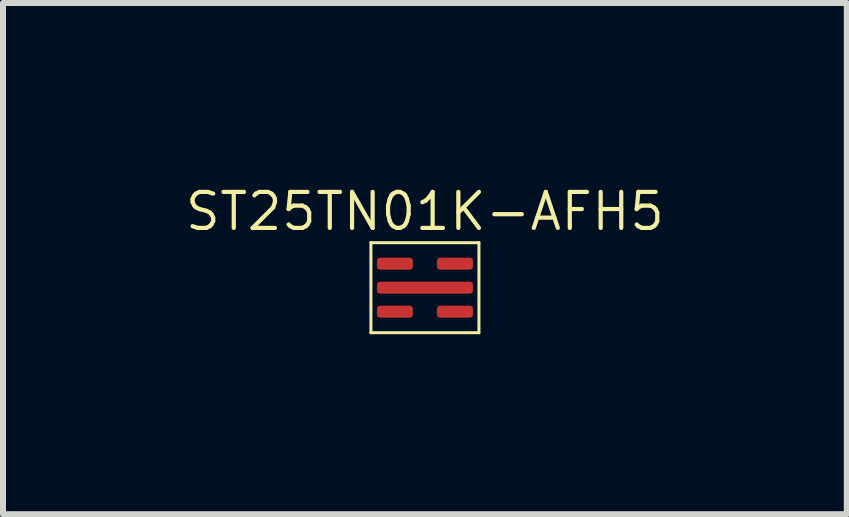
<source format=kicad_pcb>
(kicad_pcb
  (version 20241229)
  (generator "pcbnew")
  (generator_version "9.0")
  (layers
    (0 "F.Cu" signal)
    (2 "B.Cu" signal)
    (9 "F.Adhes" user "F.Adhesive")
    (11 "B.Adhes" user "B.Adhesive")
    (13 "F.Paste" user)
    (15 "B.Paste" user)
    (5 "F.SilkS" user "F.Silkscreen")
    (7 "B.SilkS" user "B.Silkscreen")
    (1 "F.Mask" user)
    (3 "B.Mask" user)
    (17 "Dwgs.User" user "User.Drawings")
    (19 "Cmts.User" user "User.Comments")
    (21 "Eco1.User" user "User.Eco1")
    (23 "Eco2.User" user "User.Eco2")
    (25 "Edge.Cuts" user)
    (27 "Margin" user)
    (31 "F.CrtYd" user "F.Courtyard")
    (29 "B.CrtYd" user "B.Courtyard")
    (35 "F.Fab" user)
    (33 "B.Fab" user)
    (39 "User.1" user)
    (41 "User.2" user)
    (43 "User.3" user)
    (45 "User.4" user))
  (footprint "ST25TN01K-AFH5"
    (layer "F.Cu")
    (at 4.031 1.744)
    (property "Reference" "ST25TN01K-AFH5" (at 0 -1.27 0) (layer "F.SilkS") (effects (font (size 0.6 0.6) (thickness 0.07))))
    (attr through_hole)
    (fp_line (start -0.9 -0.75) (end -0.9 0.75) (stroke (width 0.05) (type solid)) (layer "F.SilkS"))
    (fp_line (start -0.9 0.75) (end 0.9 0.75) (stroke (width 0.05) (type solid)) (layer "F.SilkS"))
    (fp_line (start 0.9 -0.75) (end -0.9 -0.75) (stroke (width 0.05) (type solid)) (layer "F.SilkS"))
    (fp_line (start 0.9 0.75) (end 0.9 -0.75) (stroke (width 0.05) (type solid)) (layer "F.SilkS"))
    (pad "1" smd roundrect (at -0.5 0.4) (size 0.6 0.2) (layers "F.Cu" "F.Mask" "F.Paste") (roundrect_rratio 0.25))
    (pad "2" smd roundrect (at 0.5 0.4) (size 0.6 0.2) (layers "F.Cu" "F.Mask" "F.Paste") (roundrect_rratio 0.25))
    (pad "4" smd roundrect (at 0 0) (size 1.6 0.2) (layers "F.Cu" "F.Mask" "F.Paste") (roundrect_rratio 0.25))
    (pad "5" smd roundrect (at -0.5 -0.4) (size 0.6 0.2) (layers "F.Cu" "F.Mask" "F.Paste") (roundrect_rratio 0.25))
    (pad "6" smd roundrect (at 0.5 -0.4) (size 0.6 0.2) (layers "F.Cu" "F.Mask" "F.Paste") (roundrect_rratio 0.25)))
  (gr_rect
    (start -3 -3)
    (end 11.061 5.519)
    (stroke (width 0.1) (type default))
    (fill no)
    (layer "Edge.Cuts")))
</source>
